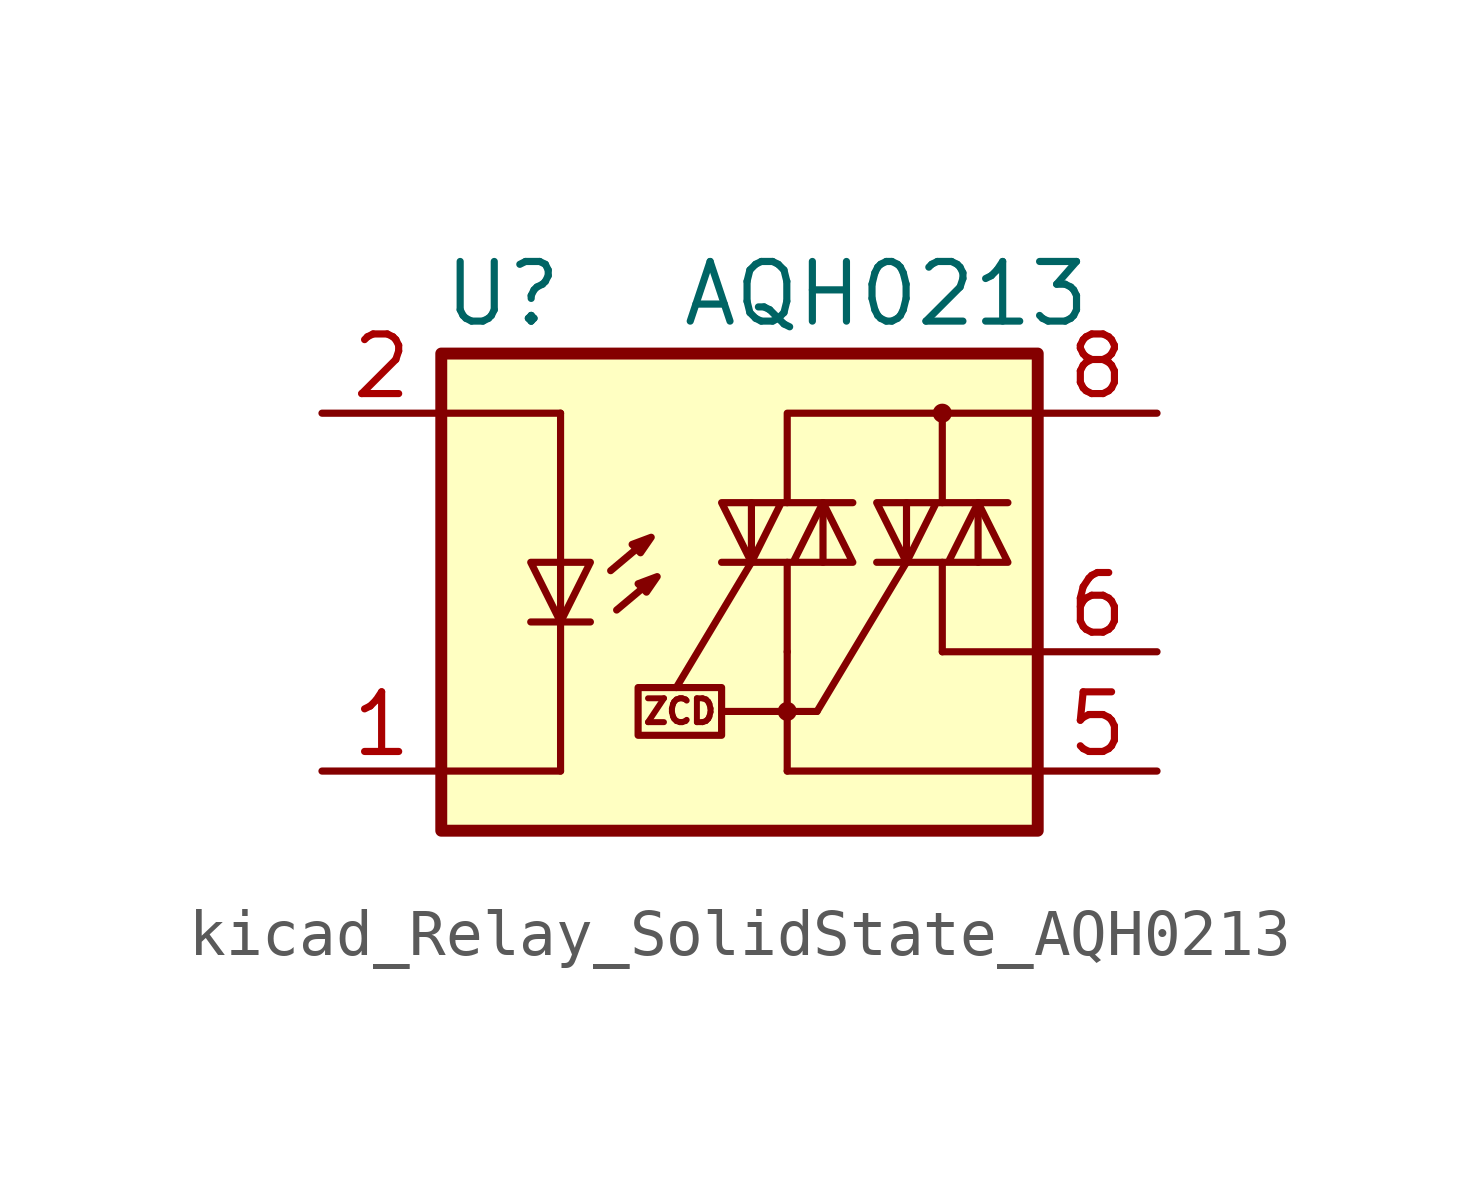
<source format=kicad_sym>
(kicad_symbol_lib
  (version 20220914)
  (generator kicad_symbol_editor)
  (symbol "kicad_Relay_SolidState_AQH0213"
    (property "Reference" "U"
      (at -7.62 5.08 0)
      (effects (font (size 1.27 1.27)) (justify left)))
    (property "Value" "AQH0213"
      (at -2.54 5.08 0)
      (effects (font (size 1.27 1.27)) (justify left)))
    (symbol "kicad_Relay_SolidState_AQH0213_0_0"
      (rectangle (start -3.429 -3.302) (end -1.651 -4.318) (stroke (width 0) (type default)) (fill (type none)))
      (text "ZCD" (at -2.54 -3.81 0) (effects (font (size 0.508 0.508)))))
    (symbol "kicad_Relay_SolidState_AQH0213_0_1"
      (rectangle (start -7.62 3.81) (end 5.08 -6.35) (stroke (width 0.254) (type default)) (fill (type background)))
      (polyline (pts (xy -5.715 -1.905) (xy -4.445 -1.905)) (stroke (width 0) (type default)) (fill (type none)))
      (polyline (pts (xy -5.08 -5.08) (xy -7.62 -5.08)) (stroke (width 0) (type default)) (fill (type none)))
      (polyline (pts (xy -5.08 -1.905) (xy -5.08 -5.08)) (stroke (width 0) (type default)) (fill (type none)))
      (polyline (pts (xy -5.08 -0.635) (xy -5.08 -1.905)) (stroke (width 0) (type default)) (fill (type none)))
      (polyline (pts (xy -5.08 -0.635) (xy -5.08 2.54)) (stroke (width 0) (type default)) (fill (type none)))
      (polyline (pts (xy -5.08 2.54) (xy -7.493 2.54)) (stroke (width 0) (type default)) (fill (type none)))
      (polyline (pts (xy -3.251 -1.118) (xy -3.886 -1.651)) (stroke (width 0) (type default)) (fill (type none)))
      (polyline (pts (xy -1.651 -3.81) (xy -0.254 -3.81)) (stroke (width 0) (type default)) (fill (type none)))
      (polyline (pts (xy -1.016 -0.635) (xy -2.616 -3.302)) (stroke (width 0) (type default)) (fill (type none)))
      (polyline (pts (xy -1.016 -0.635) (xy -1.016 0.635)) (stroke (width 0) (type default)) (fill (type none)))
      (polyline (pts (xy -0.254 -3.81) (xy 0.381 -3.81)) (stroke (width 0) (type default)) (fill (type none)))
      (polyline (pts (xy -0.254 -2.54) (xy -0.254 -5.08)) (stroke (width 0) (type default)) (fill (type none)))
      (polyline (pts (xy -0.254 -2.54) (xy -0.254 -0.635)) (stroke (width 0) (type default)) (fill (type none)))
      (polyline (pts (xy 0.381 -3.81) (xy 2.286 -0.635)) (stroke (width 0) (type default)) (fill (type none)))
      (polyline (pts (xy 0.508 0.635) (xy 0.508 -0.635)) (stroke (width 0) (type default)) (fill (type none)))
      (polyline (pts (xy 3.048 -2.54) (xy 5.08 -2.54)) (stroke (width 0) (type default)) (fill (type none)))
      (polyline (pts (xy 3.048 -0.635) (xy 3.048 -2.54)) (stroke (width 0) (type default)) (fill (type none)))
      (polyline (pts (xy 3.048 2.54) (xy 3.048 0.635)) (stroke (width 0) (type default)) (fill (type none)))
      (polyline (pts (xy 5.08 -5.08) (xy -0.254 -5.08)) (stroke (width 0) (type default)) (fill (type none)))
      (polyline (pts (xy 5.08 2.54) (xy 3.048 2.54)) (stroke (width 0) (type default)) (fill (type none)))
      (polyline (pts (xy 3.048 2.54) (xy -0.254 2.54) (xy -0.254 0.635)) (stroke (width 0) (type default)) (fill (type none)))
      (polyline (pts (xy -5.08 -1.905) (xy -5.715 -0.635) (xy -4.445 -0.635) (xy -5.08 -1.905)) (stroke (width 0) (type default)) (fill (type none)))
      (polyline (pts (xy -3.429 -1.092) (xy -3.251 -1.27) (xy -3.023 -0.94) (xy -3.429 -1.092)) (stroke (width 0) (type default)) (fill (type none)))
      (polyline (pts (xy -1.651 -0.635) (xy 1.143 -0.635) (xy 0.508 0.635) (xy -0.127 -0.635)) (stroke (width 0) (type default)) (fill (type none)))
      (polyline (pts (xy 1.143 0.635) (xy -1.651 0.635) (xy -1.016 -0.635) (xy -0.381 0.635)) (stroke (width 0) (type default)) (fill (type none))))
    (symbol "kicad_Relay_SolidState_AQH0213_1_1"
      (circle (center -0.254 -3.81) (radius 0.127) (stroke (width 0) (type default)) (fill (type none)))
      (polyline (pts (xy -3.378 -0.279) (xy -4.013 -0.813)) (stroke (width 0) (type default)) (fill (type none)))
      (polyline (pts (xy 2.286 -0.635) (xy 2.286 0.635)) (stroke (width 0) (type default)) (fill (type none)))
      (polyline (pts (xy 3.81 0.635) (xy 3.81 -0.635)) (stroke (width 0) (type default)) (fill (type none)))
      (polyline (pts (xy -3.556 -0.254) (xy -3.378 -0.432) (xy -3.15 -0.102) (xy -3.556 -0.254)) (stroke (width 0) (type default)) (fill (type none)))
      (polyline (pts (xy 1.651 -0.635) (xy 4.445 -0.635) (xy 3.81 0.635) (xy 3.175 -0.635)) (stroke (width 0) (type default)) (fill (type none)))
      (polyline (pts (xy 4.445 0.635) (xy 1.651 0.635) (xy 2.286 -0.635) (xy 2.921 0.635)) (stroke (width 0) (type default)) (fill (type none)))
      (circle (center 3.048 2.54) (radius 0.127) (stroke (width 0) (type default)) (fill (type none)))
      (pin passive line (at -10.16 -5.08 0) (length 2.54) (name "~" (effects (font (size 1.27 1.27)))) (number "1" (effects (font (size 1.27 1.27)))))
      (pin passive line (at -10.16 2.54 0) (length 2.54) (name "~" (effects (font (size 1.27 1.27)))) (number "2" (effects (font (size 1.27 1.27)))))
      (pin passive line (at -10.16 -5.08 0) (length 2.54) hide (name "~" (effects (font (size 1.27 1.27)))) (number "3" (effects (font (size 1.27 1.27)))))
      (pin passive line (at -10.16 -5.08 0) (length 2.54) hide (name "~" (effects (font (size 1.27 1.27)))) (number "4" (effects (font (size 1.27 1.27)))))
      (pin passive line (at 7.62 -5.08 180) (length 2.54) (name "~" (effects (font (size 1.27 1.27)))) (number "5" (effects (font (size 1.27 1.27)))))
      (pin passive line (at 7.62 -2.54 180) (length 2.54) (name "~" (effects (font (size 1.27 1.27)))) (number "6" (effects (font (size 1.27 1.27)))))
      (pin passive line (at 7.62 2.54 180) (length 2.54) (name "~" (effects (font (size 1.27 1.27)))) (number "8" (effects (font (size 1.27 1.27))))))))
</source>
